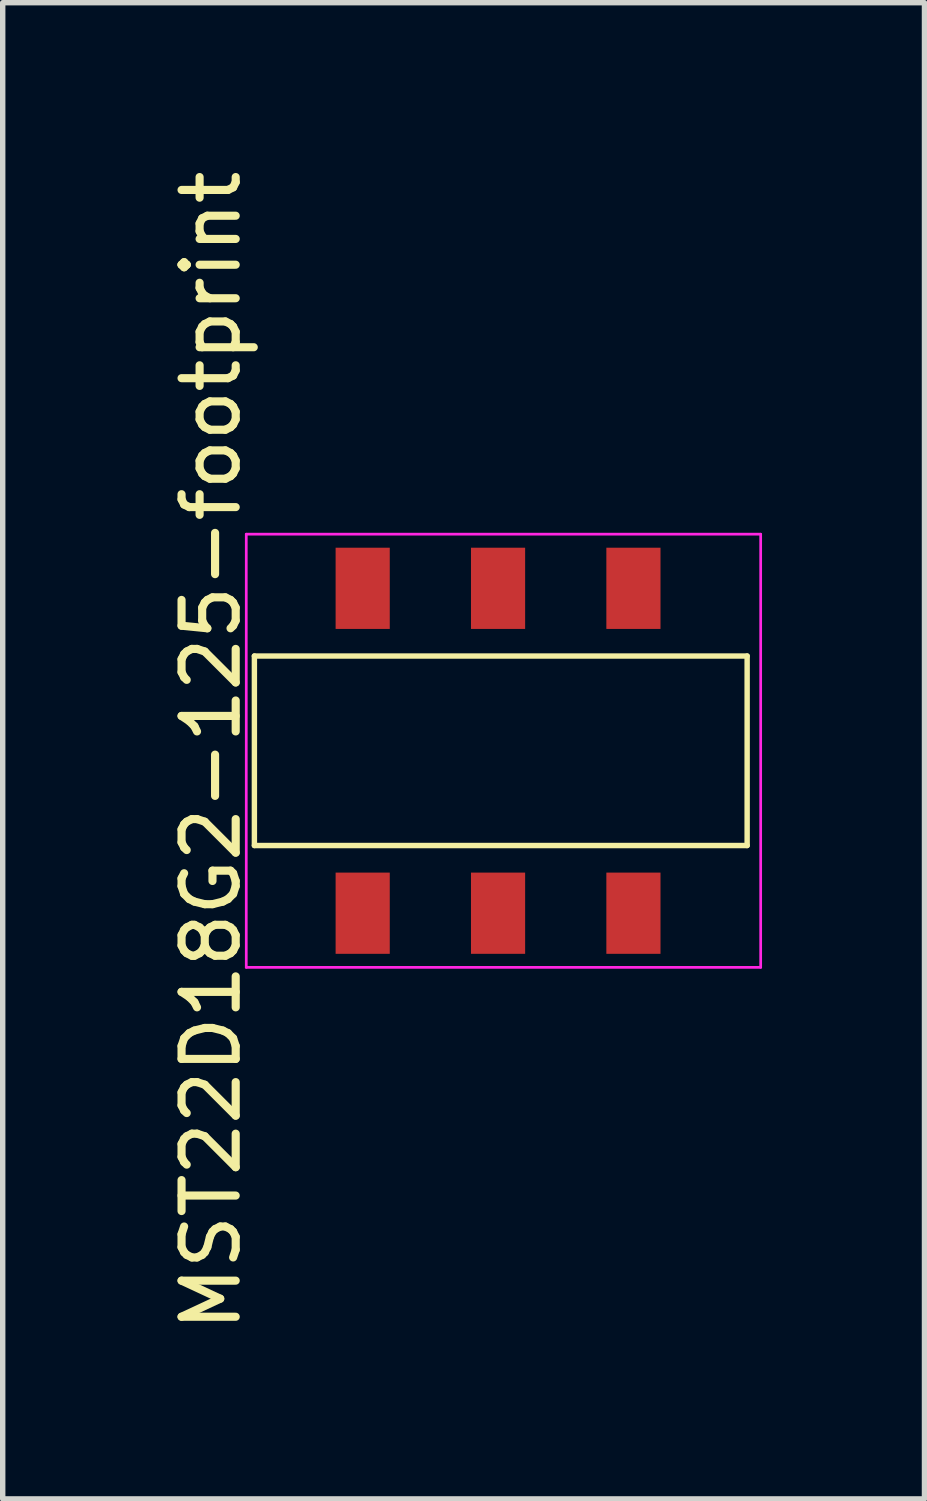
<source format=kicad_pcb>
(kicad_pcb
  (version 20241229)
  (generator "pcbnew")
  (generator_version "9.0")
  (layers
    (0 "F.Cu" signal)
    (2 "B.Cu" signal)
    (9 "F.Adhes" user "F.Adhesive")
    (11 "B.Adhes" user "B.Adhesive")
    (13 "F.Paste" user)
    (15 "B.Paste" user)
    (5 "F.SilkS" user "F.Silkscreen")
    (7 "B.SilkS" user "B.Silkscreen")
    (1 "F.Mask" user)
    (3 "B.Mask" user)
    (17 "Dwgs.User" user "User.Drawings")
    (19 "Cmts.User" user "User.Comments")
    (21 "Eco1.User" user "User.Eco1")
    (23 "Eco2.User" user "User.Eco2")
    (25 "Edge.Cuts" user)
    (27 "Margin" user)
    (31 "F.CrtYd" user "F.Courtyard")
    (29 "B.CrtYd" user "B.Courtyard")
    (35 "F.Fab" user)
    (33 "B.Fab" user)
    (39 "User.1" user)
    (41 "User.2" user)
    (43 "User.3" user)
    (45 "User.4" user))
  (footprint "MST22D18G2-125-footprint"
    (layer "F.Cu")
    (at 6.148 10.815)
    (property "Reference" "MST22D18G2-125-footprint" (at -5.3 0 90) (layer "F.SilkS") (effects (font (size 1 1) (thickness 0.15))))
    (attr smd)
    (fp_line (start -4.5 -1.75) (end -4.5 1.75) (stroke (width 0.1) (type default)) (layer "F.SilkS"))
    (fp_line (start -4.5 1.75) (end 4.6 1.75) (stroke (width 0.1) (type default)) (layer "F.SilkS"))
    (fp_line (start 4.6 -1.75) (end -4.5 -1.75) (stroke (width 0.1) (type default)) (layer "F.SilkS"))
    (fp_line (start 4.6 1.75) (end 4.6 -1.75) (stroke (width 0.1) (type default)) (layer "F.SilkS"))
    (fp_line (start -4.65 -4) (end 4.85 -4) (stroke (width 0.05) (type default)) (layer "F.CrtYd"))
    (fp_line (start -4.65 4) (end -4.65 -4) (stroke (width 0.05) (type default)) (layer "F.CrtYd"))
    (fp_line (start 4.85 -4) (end 4.85 4) (stroke (width 0.05) (type default)) (layer "F.CrtYd"))
    (fp_line (start 4.85 4) (end -4.65 4) (stroke (width 0.05) (type default)) (layer "F.CrtYd"))
    (pad "1" smd rect (at -2.5 3) (size 1 1.5) (layers "F.Cu" "F.Mask" "F.Paste"))
    (pad "2" smd rect (at 0 3) (size 1 1.5) (layers "F.Cu" "F.Mask" "F.Paste"))
    (pad "3" smd rect (at 2.5 3) (size 1 1.5) (layers "F.Cu" "F.Mask" "F.Paste"))
    (pad "4" smd rect (at 2.5 -3) (size 1 1.5) (layers "F.Cu" "F.Mask" "F.Paste"))
    (pad "5" smd rect (at 0 -3) (size 1 1.5) (layers "F.Cu" "F.Mask" "F.Paste"))
    (pad "6" smd rect (at -2.5 -3) (size 1 1.5) (layers "F.Cu" "F.Mask" "F.Paste")))
  (gr_rect
    (start -3 -3)
    (end 14.023 24.631)
    (stroke (width 0.1) (type default))
    (fill no)
    (layer "Edge.Cuts")))
</source>
